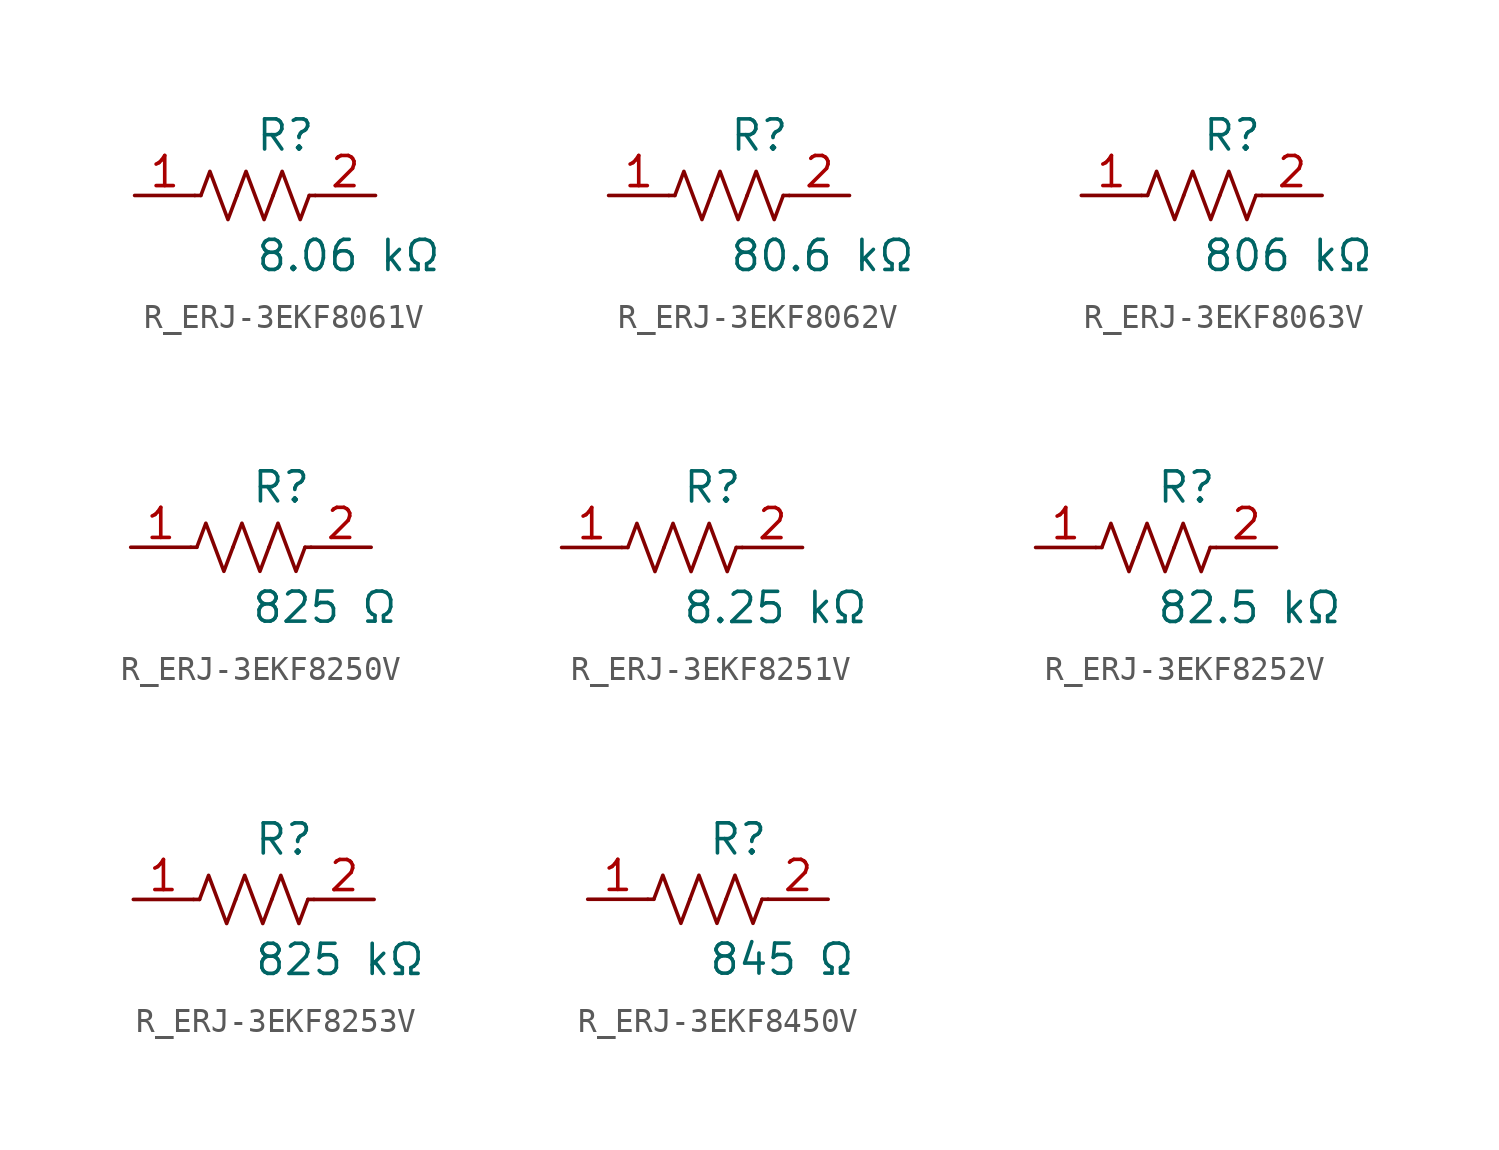
<source format=kicad_sym>
(kicad_symbol_lib
  (version 20231120)
  (generator "kicad_symbol_editor")
  (generator_version "8.0")
  (symbol "R_ERJ-3EKF8061V"
    (pin_names
      (offset 0.254))
    (property "Reference" "R"
      (at 0 2.54 0)
      (effects (font (size 1.27 1.27)) (justify left)))
    (property "Value" "8.06 kΩ"
      (at 0 -2.54 0)
      (effects (font (size 1.27 1.27)) (justify left)))
    (symbol "R_ERJ-3EKF8061V_0_1"
      (polyline (pts (xy 2.286 0) (xy 2.54 0)) (stroke (width 0) (type default)) (fill (type none)))
      (polyline (pts (xy -2.286 0) (xy -2.54 0)) (stroke (width 0) (type default)) (fill (type none)))
      (polyline (pts (xy 0.762 0) (xy 1.143 1.016) (xy 1.524 0) (xy 1.905 -1.016) (xy 2.286 0)) (stroke (width 0) (type default)) (fill (type none)))
      (polyline (pts (xy -0.762 0) (xy -0.381 1.016) (xy 0 0) (xy 0.381 -1.016) (xy 0.762 0)) (stroke (width 0) (type default)) (fill (type none)))
      (polyline (pts (xy -2.286 0) (xy -1.905 1.016) (xy -1.524 0) (xy -1.143 -1.016) (xy -0.762 0)) (stroke (width 0) (type default)) (fill (type none))))
    (pin unspecified line
      (at -5.08 0 0)
      (length 2.54)
      (name "" (effects (font (size 1.27 1.27))))
      (number "1" (effects (font (size 1.27 1.27)))))
    (pin unspecified line
      (at 5.08 0 180)
      (length 2.54)
      (name "" (effects (font (size 1.27 1.27))))
      (number "2" (effects (font (size 1.27 1.27))))))
  (symbol "R_ERJ-3EKF8062V"
    (pin_names
      (offset 0.254))
    (property "Reference" "R"
      (at 0 2.54 0)
      (effects (font (size 1.27 1.27)) (justify left)))
    (property "Value" "80.6 kΩ"
      (at 0 -2.54 0)
      (effects (font (size 1.27 1.27)) (justify left)))
    (symbol "R_ERJ-3EKF8062V_0_1"
      (polyline (pts (xy 2.286 0) (xy 2.54 0)) (stroke (width 0) (type default)) (fill (type none)))
      (polyline (pts (xy -2.286 0) (xy -2.54 0)) (stroke (width 0) (type default)) (fill (type none)))
      (polyline (pts (xy 0.762 0) (xy 1.143 1.016) (xy 1.524 0) (xy 1.905 -1.016) (xy 2.286 0)) (stroke (width 0) (type default)) (fill (type none)))
      (polyline (pts (xy -0.762 0) (xy -0.381 1.016) (xy 0 0) (xy 0.381 -1.016) (xy 0.762 0)) (stroke (width 0) (type default)) (fill (type none)))
      (polyline (pts (xy -2.286 0) (xy -1.905 1.016) (xy -1.524 0) (xy -1.143 -1.016) (xy -0.762 0)) (stroke (width 0) (type default)) (fill (type none))))
    (pin unspecified line
      (at -5.08 0 0)
      (length 2.54)
      (name "" (effects (font (size 1.27 1.27))))
      (number "1" (effects (font (size 1.27 1.27)))))
    (pin unspecified line
      (at 5.08 0 180)
      (length 2.54)
      (name "" (effects (font (size 1.27 1.27))))
      (number "2" (effects (font (size 1.27 1.27))))))
  (symbol "R_ERJ-3EKF8063V"
    (pin_names
      (offset 0.254))
    (property "Reference" "R"
      (at 0 2.54 0)
      (effects (font (size 1.27 1.27)) (justify left)))
    (property "Value" "806 kΩ"
      (at 0 -2.54 0)
      (effects (font (size 1.27 1.27)) (justify left)))
    (symbol "R_ERJ-3EKF8063V_0_1"
      (polyline (pts (xy 2.286 0) (xy 2.54 0)) (stroke (width 0) (type default)) (fill (type none)))
      (polyline (pts (xy -2.286 0) (xy -2.54 0)) (stroke (width 0) (type default)) (fill (type none)))
      (polyline (pts (xy 0.762 0) (xy 1.143 1.016) (xy 1.524 0) (xy 1.905 -1.016) (xy 2.286 0)) (stroke (width 0) (type default)) (fill (type none)))
      (polyline (pts (xy -0.762 0) (xy -0.381 1.016) (xy 0 0) (xy 0.381 -1.016) (xy 0.762 0)) (stroke (width 0) (type default)) (fill (type none)))
      (polyline (pts (xy -2.286 0) (xy -1.905 1.016) (xy -1.524 0) (xy -1.143 -1.016) (xy -0.762 0)) (stroke (width 0) (type default)) (fill (type none))))
    (pin unspecified line
      (at -5.08 0 0)
      (length 2.54)
      (name "" (effects (font (size 1.27 1.27))))
      (number "1" (effects (font (size 1.27 1.27)))))
    (pin unspecified line
      (at 5.08 0 180)
      (length 2.54)
      (name "" (effects (font (size 1.27 1.27))))
      (number "2" (effects (font (size 1.27 1.27))))))
  (symbol "R_ERJ-3EKF8250V"
    (pin_names
      (offset 0.254))
    (property "Reference" "R"
      (at 0 2.54 0)
      (effects (font (size 1.27 1.27)) (justify left)))
    (property "Value" "825 Ω"
      (at 0 -2.54 0)
      (effects (font (size 1.27 1.27)) (justify left)))
    (symbol "R_ERJ-3EKF8250V_0_1"
      (polyline (pts (xy 2.286 0) (xy 2.54 0)) (stroke (width 0) (type default)) (fill (type none)))
      (polyline (pts (xy -2.286 0) (xy -2.54 0)) (stroke (width 0) (type default)) (fill (type none)))
      (polyline (pts (xy 0.762 0) (xy 1.143 1.016) (xy 1.524 0) (xy 1.905 -1.016) (xy 2.286 0)) (stroke (width 0) (type default)) (fill (type none)))
      (polyline (pts (xy -0.762 0) (xy -0.381 1.016) (xy 0 0) (xy 0.381 -1.016) (xy 0.762 0)) (stroke (width 0) (type default)) (fill (type none)))
      (polyline (pts (xy -2.286 0) (xy -1.905 1.016) (xy -1.524 0) (xy -1.143 -1.016) (xy -0.762 0)) (stroke (width 0) (type default)) (fill (type none))))
    (pin unspecified line
      (at -5.08 0 0)
      (length 2.54)
      (name "" (effects (font (size 1.27 1.27))))
      (number "1" (effects (font (size 1.27 1.27)))))
    (pin unspecified line
      (at 5.08 0 180)
      (length 2.54)
      (name "" (effects (font (size 1.27 1.27))))
      (number "2" (effects (font (size 1.27 1.27))))))
  (symbol "R_ERJ-3EKF8251V"
    (pin_names
      (offset 0.254))
    (property "Reference" "R"
      (at 0 2.54 0)
      (effects (font (size 1.27 1.27)) (justify left)))
    (property "Value" "8.25 kΩ"
      (at 0 -2.54 0)
      (effects (font (size 1.27 1.27)) (justify left)))
    (symbol "R_ERJ-3EKF8251V_0_1"
      (polyline (pts (xy 2.286 0) (xy 2.54 0)) (stroke (width 0) (type default)) (fill (type none)))
      (polyline (pts (xy -2.286 0) (xy -2.54 0)) (stroke (width 0) (type default)) (fill (type none)))
      (polyline (pts (xy 0.762 0) (xy 1.143 1.016) (xy 1.524 0) (xy 1.905 -1.016) (xy 2.286 0)) (stroke (width 0) (type default)) (fill (type none)))
      (polyline (pts (xy -0.762 0) (xy -0.381 1.016) (xy 0 0) (xy 0.381 -1.016) (xy 0.762 0)) (stroke (width 0) (type default)) (fill (type none)))
      (polyline (pts (xy -2.286 0) (xy -1.905 1.016) (xy -1.524 0) (xy -1.143 -1.016) (xy -0.762 0)) (stroke (width 0) (type default)) (fill (type none))))
    (pin unspecified line
      (at -5.08 0 0)
      (length 2.54)
      (name "" (effects (font (size 1.27 1.27))))
      (number "1" (effects (font (size 1.27 1.27)))))
    (pin unspecified line
      (at 5.08 0 180)
      (length 2.54)
      (name "" (effects (font (size 1.27 1.27))))
      (number "2" (effects (font (size 1.27 1.27))))))
  (symbol "R_ERJ-3EKF8252V"
    (pin_names
      (offset 0.254))
    (property "Reference" "R"
      (at 0 2.54 0)
      (effects (font (size 1.27 1.27)) (justify left)))
    (property "Value" "82.5 kΩ"
      (at 0 -2.54 0)
      (effects (font (size 1.27 1.27)) (justify left)))
    (symbol "R_ERJ-3EKF8252V_0_1"
      (polyline (pts (xy 2.286 0) (xy 2.54 0)) (stroke (width 0) (type default)) (fill (type none)))
      (polyline (pts (xy -2.286 0) (xy -2.54 0)) (stroke (width 0) (type default)) (fill (type none)))
      (polyline (pts (xy 0.762 0) (xy 1.143 1.016) (xy 1.524 0) (xy 1.905 -1.016) (xy 2.286 0)) (stroke (width 0) (type default)) (fill (type none)))
      (polyline (pts (xy -0.762 0) (xy -0.381 1.016) (xy 0 0) (xy 0.381 -1.016) (xy 0.762 0)) (stroke (width 0) (type default)) (fill (type none)))
      (polyline (pts (xy -2.286 0) (xy -1.905 1.016) (xy -1.524 0) (xy -1.143 -1.016) (xy -0.762 0)) (stroke (width 0) (type default)) (fill (type none))))
    (pin unspecified line
      (at -5.08 0 0)
      (length 2.54)
      (name "" (effects (font (size 1.27 1.27))))
      (number "1" (effects (font (size 1.27 1.27)))))
    (pin unspecified line
      (at 5.08 0 180)
      (length 2.54)
      (name "" (effects (font (size 1.27 1.27))))
      (number "2" (effects (font (size 1.27 1.27))))))
  (symbol "R_ERJ-3EKF8253V"
    (pin_names
      (offset 0.254))
    (property "Reference" "R"
      (at 0 2.54 0)
      (effects (font (size 1.27 1.27)) (justify left)))
    (property "Value" "825 kΩ"
      (at 0 -2.54 0)
      (effects (font (size 1.27 1.27)) (justify left)))
    (symbol "R_ERJ-3EKF8253V_0_1"
      (polyline (pts (xy 2.286 0) (xy 2.54 0)) (stroke (width 0) (type default)) (fill (type none)))
      (polyline (pts (xy -2.286 0) (xy -2.54 0)) (stroke (width 0) (type default)) (fill (type none)))
      (polyline (pts (xy 0.762 0) (xy 1.143 1.016) (xy 1.524 0) (xy 1.905 -1.016) (xy 2.286 0)) (stroke (width 0) (type default)) (fill (type none)))
      (polyline (pts (xy -0.762 0) (xy -0.381 1.016) (xy 0 0) (xy 0.381 -1.016) (xy 0.762 0)) (stroke (width 0) (type default)) (fill (type none)))
      (polyline (pts (xy -2.286 0) (xy -1.905 1.016) (xy -1.524 0) (xy -1.143 -1.016) (xy -0.762 0)) (stroke (width 0) (type default)) (fill (type none))))
    (pin unspecified line
      (at -5.08 0 0)
      (length 2.54)
      (name "" (effects (font (size 1.27 1.27))))
      (number "1" (effects (font (size 1.27 1.27)))))
    (pin unspecified line
      (at 5.08 0 180)
      (length 2.54)
      (name "" (effects (font (size 1.27 1.27))))
      (number "2" (effects (font (size 1.27 1.27))))))
  (symbol "R_ERJ-3EKF8450V"
    (pin_names
      (offset 0.254))
    (property "Reference" "R"
      (at 0 2.54 0)
      (effects (font (size 1.27 1.27)) (justify left)))
    (property "Value" "845 Ω"
      (at 0 -2.54 0)
      (effects (font (size 1.27 1.27)) (justify left)))
    (symbol "R_ERJ-3EKF8450V_0_1"
      (polyline (pts (xy 2.286 0) (xy 2.54 0)) (stroke (width 0) (type default)) (fill (type none)))
      (polyline (pts (xy -2.286 0) (xy -2.54 0)) (stroke (width 0) (type default)) (fill (type none)))
      (polyline (pts (xy 0.762 0) (xy 1.143 1.016) (xy 1.524 0) (xy 1.905 -1.016) (xy 2.286 0)) (stroke (width 0) (type default)) (fill (type none)))
      (polyline (pts (xy -0.762 0) (xy -0.381 1.016) (xy 0 0) (xy 0.381 -1.016) (xy 0.762 0)) (stroke (width 0) (type default)) (fill (type none)))
      (polyline (pts (xy -2.286 0) (xy -1.905 1.016) (xy -1.524 0) (xy -1.143 -1.016) (xy -0.762 0)) (stroke (width 0) (type default)) (fill (type none))))
    (pin unspecified line
      (at -5.08 0 0)
      (length 2.54)
      (name "" (effects (font (size 1.27 1.27))))
      (number "1" (effects (font (size 1.27 1.27)))))
    (pin unspecified line
      (at 5.08 0 180)
      (length 2.54)
      (name "" (effects (font (size 1.27 1.27))))
      (number "2" (effects (font (size 1.27 1.27)))))))
</source>
